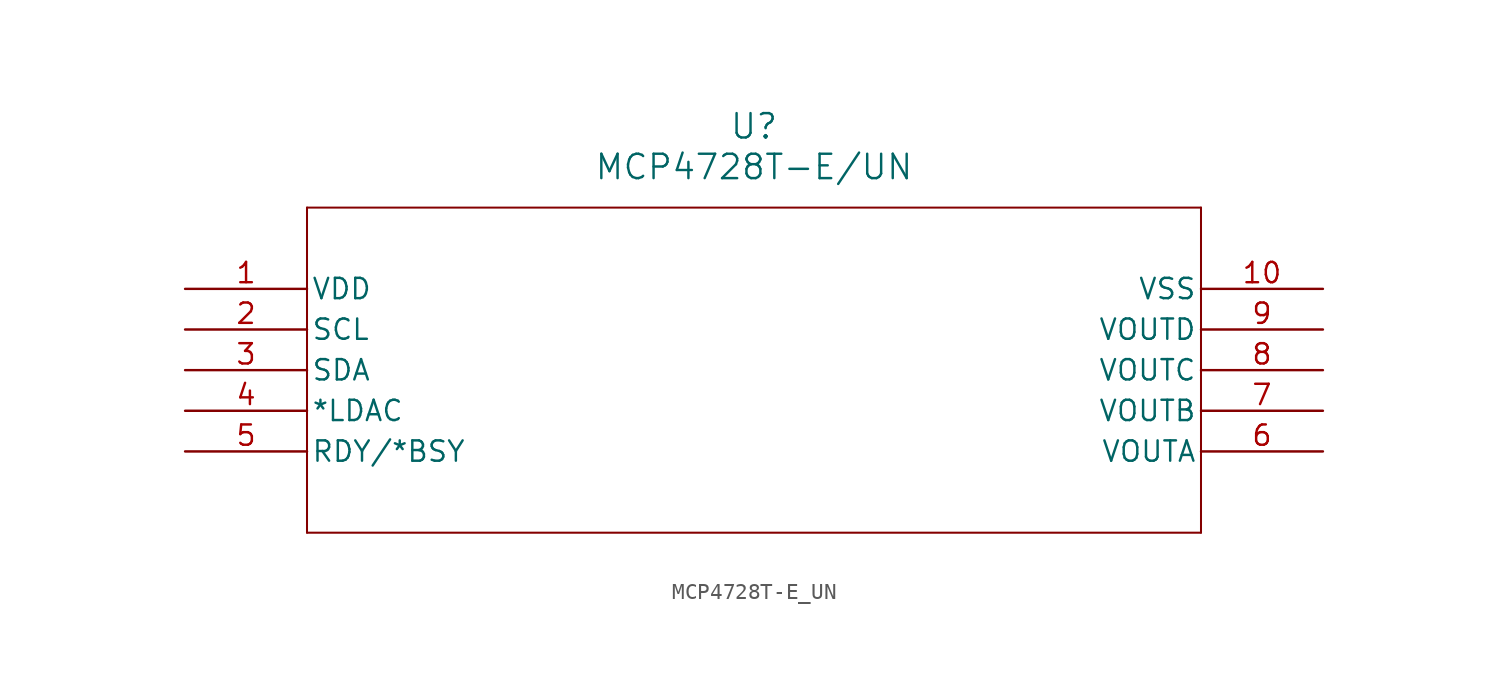
<source format=kicad_sym>
(kicad_symbol_lib
  (version 20211014)
  (generator kicad_symbol_editor)
  (symbol "MCP4728T-E_UN"
    (pin_names
      (offset 0.254))
    (property "Reference" "U"
      (at 35.56 10.16 0)
      (effects (font (size 1.524 1.524))))
    (property "Value" "MCP4728T-E/UN"
      (at 35.56 7.62 0)
      (effects (font (size 1.524 1.524))))
    (symbol "MCP4728T-E_UN_0_1"
      (polyline (pts (xy 7.62 5.08) (xy 7.62 -15.24)) (stroke (width 0.127) (type default) (color 0 0 0 0)) (fill (type none)))
      (polyline (pts (xy 7.62 -15.24) (xy 63.5 -15.24)) (stroke (width 0.127) (type default) (color 0 0 0 0)) (fill (type none)))
      (polyline (pts (xy 63.5 -15.24) (xy 63.5 5.08)) (stroke (width 0.127) (type default) (color 0 0 0 0)) (fill (type none)))
      (polyline (pts (xy 63.5 5.08) (xy 7.62 5.08)) (stroke (width 0.127) (type default) (color 0 0 0 0)) (fill (type none)))
      (pin power_in line (at 0 0 0) (length 7.62) (name "VDD" (effects (font (size 1.27 1.27)))) (number "1" (effects (font (size 1.27 1.27)))))
      (pin input line (at 0 -2.54 0) (length 7.62) (name "SCL" (effects (font (size 1.27 1.27)))) (number "2" (effects (font (size 1.27 1.27)))))
      (pin bidirectional line (at 0 -5.08 0) (length 7.62) (name "SDA" (effects (font (size 1.27 1.27)))) (number "3" (effects (font (size 1.27 1.27)))))
      (pin input line (at 0 -7.62 0) (length 7.62) (name "*LDAC" (effects (font (size 1.27 1.27)))) (number "4" (effects (font (size 1.27 1.27)))))
      (pin output line (at 0 -10.16 0) (length 7.62) (name "RDY/*BSY" (effects (font (size 1.27 1.27)))) (number "5" (effects (font (size 1.27 1.27)))))
      (pin output line (at 71.12 -10.16 180) (length 7.62) (name "VOUTA" (effects (font (size 1.27 1.27)))) (number "6" (effects (font (size 1.27 1.27)))))
      (pin output line (at 71.12 -7.62 180) (length 7.62) (name "VOUTB" (effects (font (size 1.27 1.27)))) (number "7" (effects (font (size 1.27 1.27)))))
      (pin output line (at 71.12 -5.08 180) (length 7.62) (name "VOUTC" (effects (font (size 1.27 1.27)))) (number "8" (effects (font (size 1.27 1.27)))))
      (pin output line (at 71.12 -2.54 180) (length 7.62) (name "VOUTD" (effects (font (size 1.27 1.27)))) (number "9" (effects (font (size 1.27 1.27)))))
      (pin power_in line (at 71.12 0 180) (length 7.62) (name "VSS" (effects (font (size 1.27 1.27)))) (number "10" (effects (font (size 1.27 1.27))))))))
</source>
